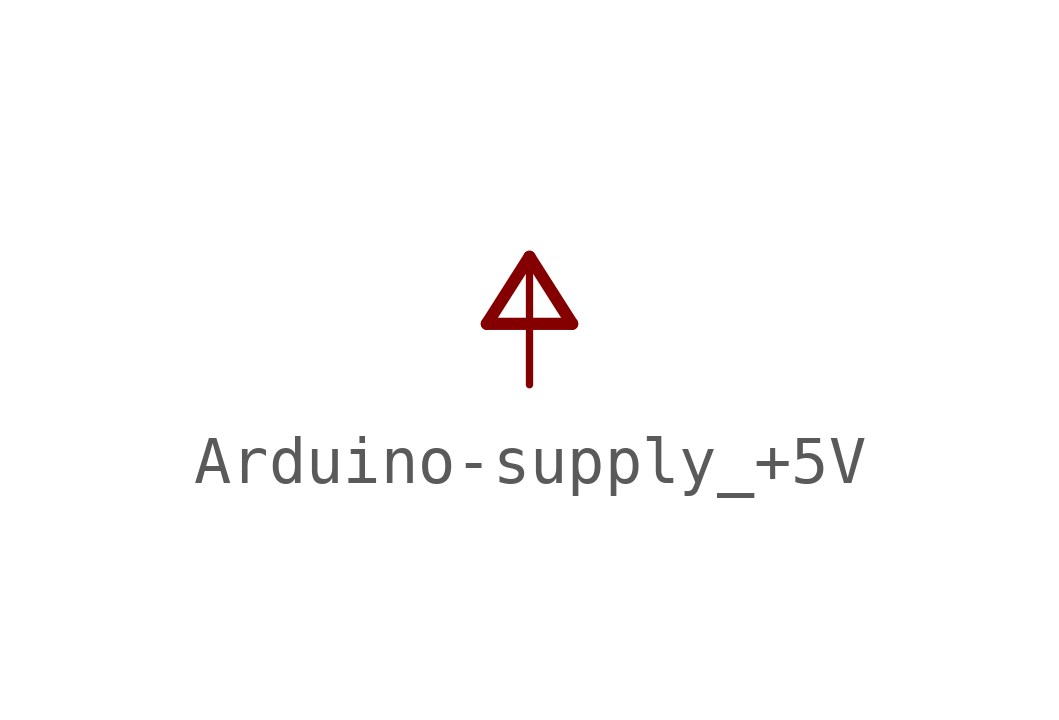
<source format=kicad_sym>
(kicad_symbol_lib
  (version 20241209)
  (generator "kicad_symbol_editor")
  (generator_version "9.0")
  (symbol "Arduino-supply_+5V"
    (power)
    (property "Reference" "#P+"
      (at 0 0 0)
      (effects (font (size 1.27 1.27)) (hide yes)))
    (property "Value" ""
      (at 0 0.508 0)
      (effects (font (size 1.778 1.511)) (justify bottom)))
    (property "ki_locked" ""
      (at 0 0 0)
      (effects (font (size 1.27 1.27))))
    (symbol "Arduino-supply_+5V_1_0"
      (polyline (pts (xy -0.889 -1.27) (xy 0.889 -1.27)) (stroke (width 0.254) (type solid)) (fill (type none)))
      (polyline (pts (xy 0 0.127) (xy -0.889 -1.27)) (stroke (width 0.254) (type solid)) (fill (type none)))
      (polyline (pts (xy 0.889 -1.27) (xy 0 0.127)) (stroke (width 0.254) (type solid)) (fill (type none)))
      (pin power_in line (at 0 -2.54 90) (length 2.54) (name "+5V" (effects (font (size 0 0)))) (number "1" (effects (font (size 0 0))))))))
</source>
